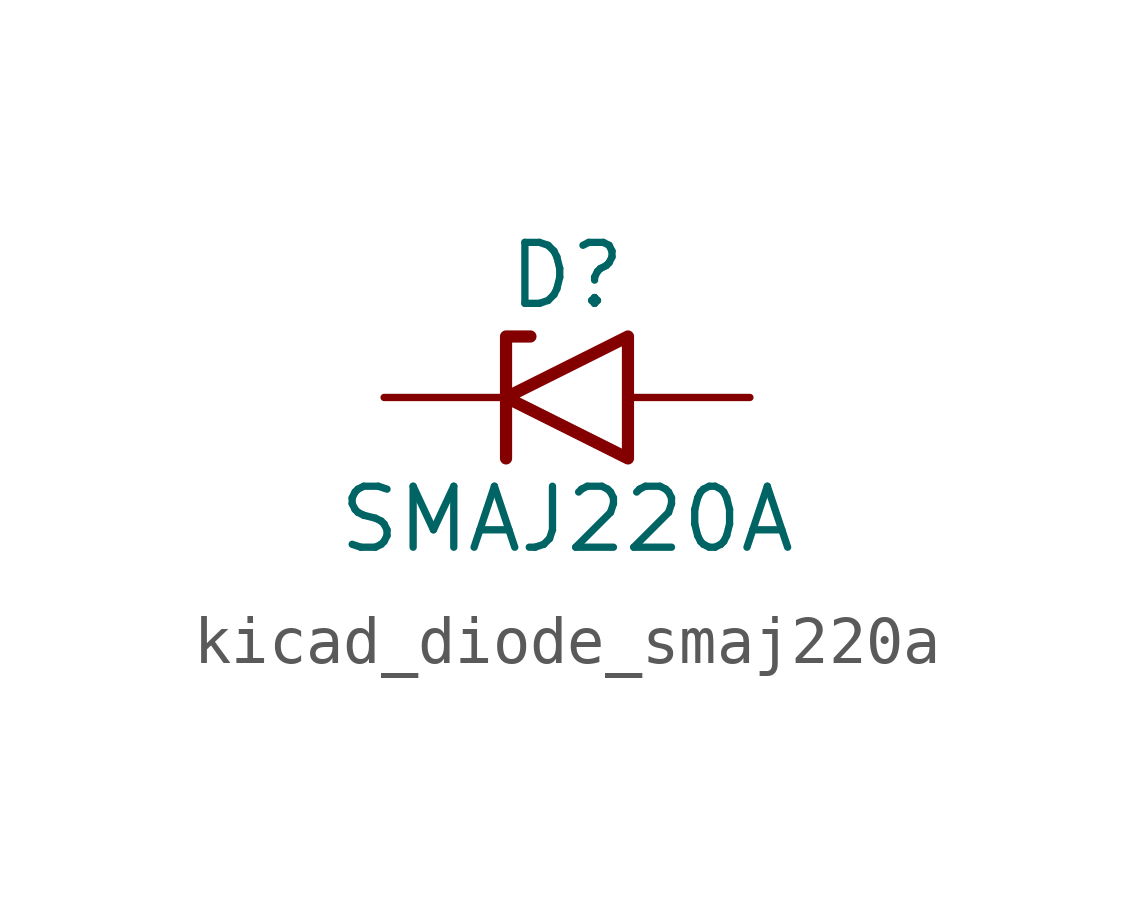
<source format=kicad_sym>
(kicad_symbol_lib
  (version 20220914)
  (generator kicad_symbol_editor)
  (symbol "kicad_diode_smaj220a"
    (pin_numbers hide)
    (pin_names
      (offset 1.016) hide)
    (property "Reference" "D"
      (at 0 2.54 0)
      (effects (font (size 1.27 1.27))))
    (property "Value" "SMAJ220A"
      (at 0 -2.54 0)
      (effects (font (size 1.27 1.27))))
    (symbol "kicad_diode_smaj220a_0_1"
      (polyline (pts (xy -0.762 1.27) (xy -1.27 1.27) (xy -1.27 -1.27)) (stroke (width 0.254) (type default)) (fill (type none)))
      (polyline (pts (xy 1.27 1.27) (xy 1.27 -1.27) (xy -1.27 0) (xy 1.27 1.27)) (stroke (width 0.254) (type default)) (fill (type none))))
    (symbol "kicad_diode_smaj220a_1_1"
      (pin passive line (at -3.81 0 0) (length 2.54) (name "A1" (effects (font (size 1.27 1.27)))) (number "1" (effects (font (size 1.27 1.27)))))
      (pin passive line (at 3.81 0 180) (length 2.54) (name "A2" (effects (font (size 1.27 1.27)))) (number "2" (effects (font (size 1.27 1.27))))))))
</source>
